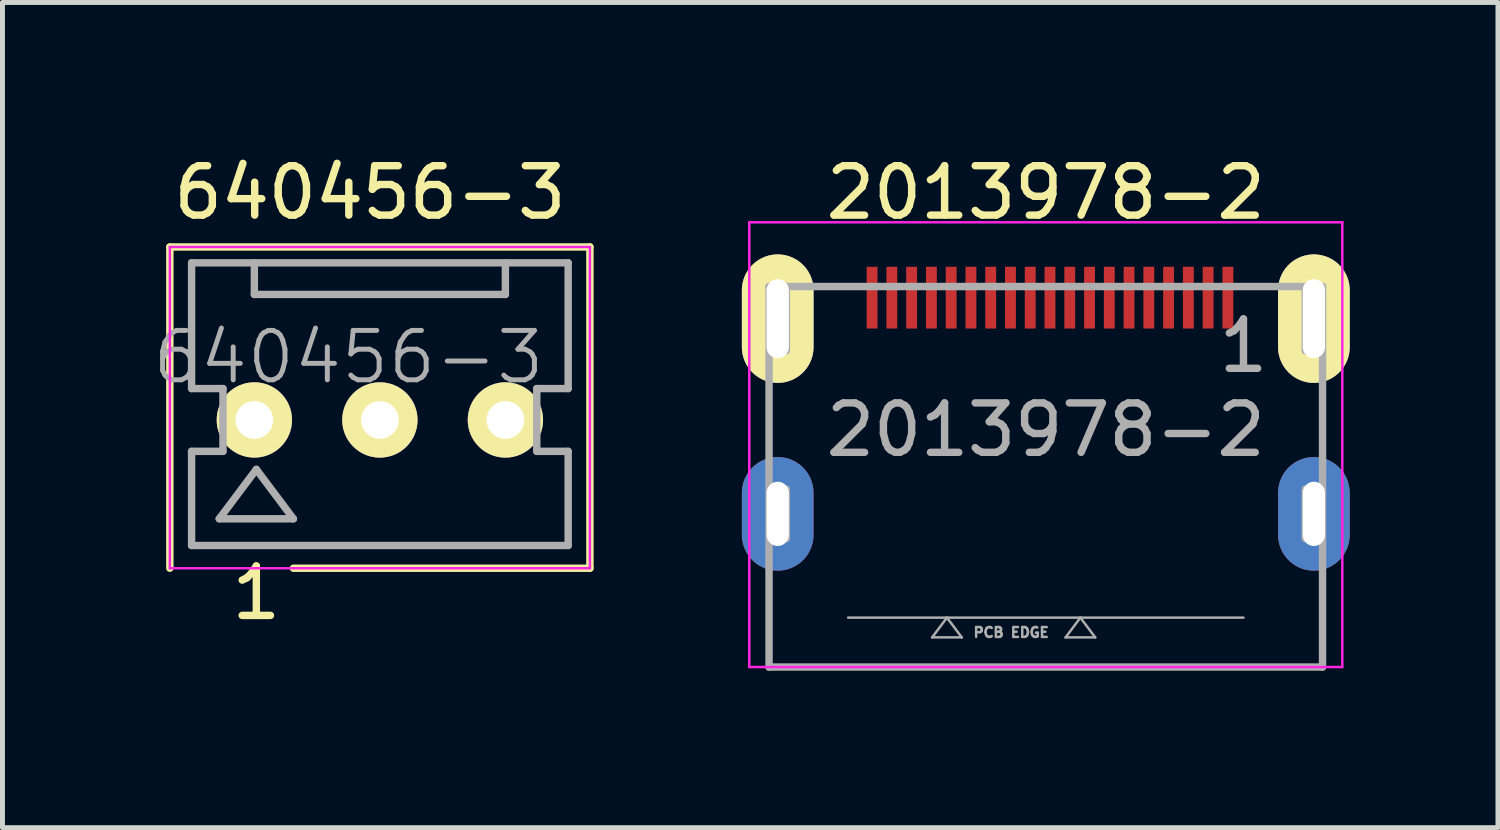
<source format=kicad_pcb>
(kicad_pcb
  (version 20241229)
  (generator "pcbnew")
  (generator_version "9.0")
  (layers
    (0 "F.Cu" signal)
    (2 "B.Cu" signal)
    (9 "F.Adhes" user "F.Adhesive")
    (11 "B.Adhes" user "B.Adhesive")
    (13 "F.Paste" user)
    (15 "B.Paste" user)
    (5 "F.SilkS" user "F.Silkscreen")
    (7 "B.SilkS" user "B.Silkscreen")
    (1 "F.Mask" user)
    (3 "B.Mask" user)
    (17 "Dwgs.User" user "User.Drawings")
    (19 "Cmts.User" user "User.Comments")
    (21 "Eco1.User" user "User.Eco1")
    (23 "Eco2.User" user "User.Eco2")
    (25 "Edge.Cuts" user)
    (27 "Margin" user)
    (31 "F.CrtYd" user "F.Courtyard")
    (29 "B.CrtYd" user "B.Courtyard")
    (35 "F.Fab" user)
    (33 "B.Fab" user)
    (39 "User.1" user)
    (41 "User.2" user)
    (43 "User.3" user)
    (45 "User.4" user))
  (footprint "2013978-2"
    (layer "F.Cu")
    (at 18.112 10.448)
    (property "Reference" "2013978-2" (at 0 -9.6 0) (layer "F.SilkS") (effects (font (size 1 1) (thickness 0.15))))
    (attr through_hole)
    (fp_line (start -6 -9) (end -6 0) (stroke (width 0.05) (type solid)) (layer "F.CrtYd"))
    (fp_line (start -6 0) (end 6 0) (stroke (width 0.05) (type solid)) (layer "F.CrtYd"))
    (fp_line (start 6 -9) (end -6 -9) (stroke (width 0.05) (type solid)) (layer "F.CrtYd"))
    (fp_line (start 6 0) (end 6 -9) (stroke (width 0.05) (type solid)) (layer "F.CrtYd"))
    (fp_line (start -5.6 -7.7) (end 5.6 -7.7) (stroke (width 0.15) (type solid)) (layer "F.Fab"))
    (fp_line (start -5.6 0) (end -5.6 -7.7) (stroke (width 0.15) (type solid)) (layer "F.Fab"))
    (fp_line (start -5.25 -7.7) (end -5.25 -6.4) (stroke (width 0.15) (type solid)) (layer "F.Fab"))
    (fp_line (start -5.25 -3.6) (end -5.25 -2.6) (stroke (width 0.15) (type solid)) (layer "F.Fab"))
    (fp_line (start -4 -1) (end 4 -1) (stroke (width 0.05) (type solid)) (layer "F.Fab"))
    (fp_line (start -3 0) (end 3 0) (stroke (width 0.05) (type solid)) (layer "F.Fab"))
    (fp_line (start -2.3 -0.6) (end -1.7 -0.6) (stroke (width 0.05) (type solid)) (layer "F.Fab"))
    (fp_line (start -2 -1) (end -2.3 -0.6) (stroke (width 0.05) (type solid)) (layer "F.Fab"))
    (fp_line (start -1.7 -0.6) (end -2 -1) (stroke (width 0.05) (type solid)) (layer "F.Fab"))
    (fp_line (start 0.4 -0.6) (end 0.7 -1) (stroke (width 0.05) (type solid)) (layer "F.Fab"))
    (fp_line (start 0.4 -0.6) (end 1 -0.6) (stroke (width 0.05) (type solid)) (layer "F.Fab"))
    (fp_line (start 0.7 -1) (end 1 -0.6) (stroke (width 0.05) (type solid)) (layer "F.Fab"))
    (fp_line (start 5.25 -6.4) (end 5.25 -7.7) (stroke (width 0.15) (type solid)) (layer "F.Fab"))
    (fp_line (start 5.25 -2.6) (end 5.25 -3.6) (stroke (width 0.15) (type solid)) (layer "F.Fab"))
    (fp_line (start 5.6 -7.7) (end 5.6 0) (stroke (width 0.15) (type solid)) (layer "F.Fab"))
    (fp_line (start 5.6 0) (end -5.6 0) (stroke (width 0.15) (type solid)) (layer "F.Fab"))
    (fp_text user "1" (at 4 -6.5 0) (layer "F.Fab") (effects (font (size 1 1) (thickness 0.15))))
    (fp_text user "PCB EDGE" (at -0.7 -0.7 0) (layer "F.Fab") (effects (font (size 0.2 0.2) (thickness 0.05))))
    (fp_text user "${REFERENCE}" (at 0 -4.8 0) (layer "F.Fab") (effects (font (size 1 1) (thickness 0.15))))
    (pad "1" smd rect (at 3.685 -7.475) (size 0.22 1.25) (layers "F.Cu" "F.Mask" "F.Paste"))
    (pad "2" smd rect (at 3.285 -7.475) (size 0.22 1.25) (layers "F.Cu" "F.Mask" "F.Paste"))
    (pad "3" smd rect (at 2.885 -7.475) (size 0.22 1.25) (layers "F.Cu" "F.Mask" "F.Paste"))
    (pad "4" smd rect (at 2.485 -7.475) (size 0.22 1.25) (layers "F.Cu" "F.Mask" "F.Paste"))
    (pad "5" smd rect (at 2.085 -7.475) (size 0.22 1.25) (layers "F.Cu" "F.Mask" "F.Paste"))
    (pad "6" smd rect (at 1.685 -7.475) (size 0.22 1.25) (layers "F.Cu" "F.Mask" "F.Paste"))
    (pad "7" smd rect (at 1.285 -7.475) (size 0.22 1.25) (layers "F.Cu" "F.Mask" "F.Paste"))
    (pad "8" smd rect (at 0.885 -7.475) (size 0.22 1.25) (layers "F.Cu" "F.Mask" "F.Paste"))
    (pad "9" smd rect (at 0.485 -7.475) (size 0.22 1.25) (layers "F.Cu" "F.Mask" "F.Paste"))
    (pad "10" smd rect (at 0.085 -7.475) (size 0.22 1.25) (layers "F.Cu" "F.Mask" "F.Paste"))
    (pad "11" smd rect (at -0.315 -7.475) (size 0.22 1.25) (layers "F.Cu" "F.Mask" "F.Paste"))
    (pad "12" smd rect (at -0.715 -7.475) (size 0.22 1.25) (layers "F.Cu" "F.Mask" "F.Paste"))
    (pad "13" smd rect (at -1.115 -7.475) (size 0.22 1.25) (layers "F.Cu" "F.Mask" "F.Paste"))
    (pad "14" smd rect (at -1.515 -7.475) (size 0.22 1.25) (layers "F.Cu" "F.Mask" "F.Paste"))
    (pad "15" smd rect (at -1.915 -7.475) (size 0.22 1.25) (layers "F.Cu" "F.Mask" "F.Paste"))
    (pad "16" smd rect (at -2.315 -7.475) (size 0.22 1.25) (layers "F.Cu" "F.Mask" "F.Paste"))
    (pad "17" smd rect (at -2.715 -7.475) (size 0.22 1.25) (layers "F.Cu" "F.Mask" "F.Paste"))
    (pad "18" smd rect (at -3.115 -7.475) (size 0.22 1.25) (layers "F.Cu" "F.Mask" "F.Paste"))
    (pad "19" smd rect (at -3.515 -7.475) (size 0.22 1.25) (layers "F.Cu" "F.Mask" "F.Paste"))
    (pad "20" thru_hole oval (at -5.425 -7.05) (size 1.45 2.6) (drill oval 0.45 1.6) (layers "*.Cu" "*.Mask" "F.SilkS"))
    (pad "21" thru_hole oval (at -5.425 -3.1) (size 1.45 2.3) (drill oval 0.45 1.3) (layers "*.Cu" "*.Mask"))
    (pad "22" thru_hole oval (at 5.425 -7.05) (size 1.45 2.6) (drill oval 0.45 1.6) (layers "*.Cu" "*.Mask" "F.SilkS"))
    (pad "23" thru_hole oval (at 5.425 -3.1) (size 1.45 2.3) (drill oval 0.45 1.3) (layers "*.Cu" "*.Mask")))
  (footprint "640456-3"
    (layer "F.Cu")
    (at 4.637 5.448)
    (property "Reference" "640456-3" (at -0.2 -4.6 0) (layer "F.SilkS") (effects (font (size 1 1) (thickness 0.15))))
    (attr smd)
    (fp_line (start -4.25 -3.5) (end -4.25 3) (stroke (width 0.15) (type solid)) (layer "F.SilkS"))
    (fp_line (start -4.25 -3.5) (end 4.25 -3.5) (stroke (width 0.15) (type solid)) (layer "F.SilkS"))
    (fp_line (start -1.75 3) (end 4.25 3) (stroke (width 0.15) (type solid)) (layer "F.SilkS"))
    (fp_line (start 4.25 -3.5) (end 4.25 3) (stroke (width 0.15) (type solid)) (layer "F.SilkS"))
    (fp_line (start -4.25 -3.5) (end -4.25 3) (stroke (width 0.05) (type solid)) (layer "F.CrtYd"))
    (fp_line (start -4.25 3) (end 4.25 3) (stroke (width 0.05) (type solid)) (layer "F.CrtYd"))
    (fp_line (start 4.25 -3.5) (end -4.25 -3.5) (stroke (width 0.05) (type solid)) (layer "F.CrtYd"))
    (fp_line (start 4.25 -3.5) (end 4.25 3) (stroke (width 0.05) (type solid)) (layer "F.CrtYd"))
    (fp_line (start -3.81 -3.18) (end -3.81 -0.635) (stroke (width 0.15) (type solid)) (layer "F.Fab"))
    (fp_line (start -3.81 -3.18) (end 3.81 -3.18) (stroke (width 0.15) (type solid)) (layer "F.Fab"))
    (fp_line (start -3.81 -0.635) (end -3.175 -0.635) (stroke (width 0.15) (type solid)) (layer "F.Fab"))
    (fp_line (start -3.81 0.635) (end -3.81 2.54) (stroke (width 0.15) (type solid)) (layer "F.Fab"))
    (fp_line (start -3.81 2.54) (end 3.81 2.54) (stroke (width 0.15) (type solid)) (layer "F.Fab"))
    (fp_line (start -3.25 2) (end -1.75 2) (stroke (width 0.15) (type solid)) (layer "F.Fab"))
    (fp_line (start -3.175 -0.635) (end -3.175 0.635) (stroke (width 0.15) (type solid)) (layer "F.Fab"))
    (fp_line (start -3.175 0.635) (end -3.81 0.635) (stroke (width 0.15) (type solid)) (layer "F.Fab"))
    (fp_line (start -2.54 -2.54) (end -2.54 -3.175) (stroke (width 0.15) (type solid)) (layer "F.Fab"))
    (fp_line (start -2.54 -2.54) (end 2.54 -2.54) (stroke (width 0.15) (type solid)) (layer "F.Fab"))
    (fp_line (start -2.5 1) (end -3.25 2) (stroke (width 0.15) (type solid)) (layer "F.Fab"))
    (fp_line (start -1.75 2) (end -2.5 1) (stroke (width 0.15) (type solid)) (layer "F.Fab"))
    (fp_line (start 2.54 -2.54) (end 2.54 -3.175) (stroke (width 0.15) (type solid)) (layer "F.Fab"))
    (fp_line (start 3.175 -0.635) (end 3.175 0.635) (stroke (width 0.15) (type solid)) (layer "F.Fab"))
    (fp_line (start 3.175 0.635) (end 3.81 0.635) (stroke (width 0.15) (type solid)) (layer "F.Fab"))
    (fp_line (start 3.81 -3.18) (end 3.81 -0.635) (stroke (width 0.15) (type solid)) (layer "F.Fab"))
    (fp_line (start 3.81 -0.635) (end 3.175 -0.635) (stroke (width 0.15) (type solid)) (layer "F.Fab"))
    (fp_line (start 3.81 0.635) (end 3.81 2.54) (stroke (width 0.15) (type solid)) (layer "F.Fab"))
    (fp_text user "1" (at -2.5 3.5 0) (layer "F.SilkS") (effects (font (size 1 1) (thickness 0.15))))
    (fp_text user "${REFERENCE}" (at -0.635 -1.27 0) (layer "F.Fab") (effects (font (size 1 1) (thickness 0.1))))
    (pad "1" thru_hole circle (at -2.54 0) (size 1.524 1.524) (drill 0.762) (layers "*.Cu" "*.Mask" "F.SilkS"))
    (pad "2" thru_hole circle (at 0 0) (size 1.524 1.524) (drill 0.762) (layers "*.Cu" "*.Mask" "F.SilkS"))
    (pad "3" thru_hole circle (at 2.54 0) (size 1.524 1.524) (drill 0.762) (layers "*.Cu" "*.Mask" "F.SilkS")))
  (gr_rect
    (start -3 -3)
    (end 27.262 13.698)
    (stroke (width 0.1) (type default))
    (fill no)
    (layer "Edge.Cuts")))
</source>
